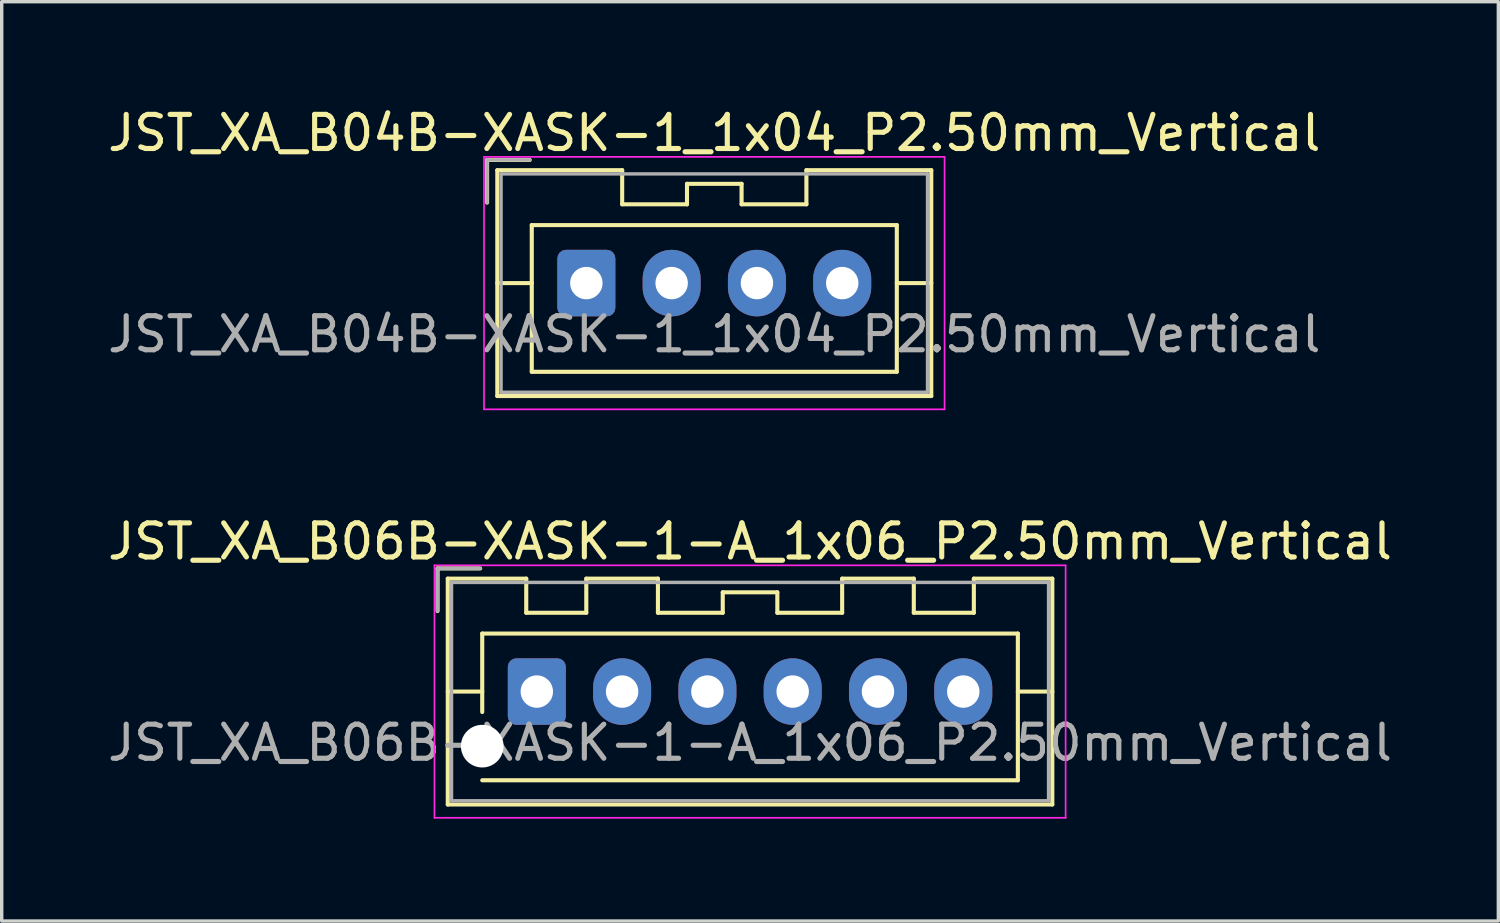
<source format=kicad_pcb>
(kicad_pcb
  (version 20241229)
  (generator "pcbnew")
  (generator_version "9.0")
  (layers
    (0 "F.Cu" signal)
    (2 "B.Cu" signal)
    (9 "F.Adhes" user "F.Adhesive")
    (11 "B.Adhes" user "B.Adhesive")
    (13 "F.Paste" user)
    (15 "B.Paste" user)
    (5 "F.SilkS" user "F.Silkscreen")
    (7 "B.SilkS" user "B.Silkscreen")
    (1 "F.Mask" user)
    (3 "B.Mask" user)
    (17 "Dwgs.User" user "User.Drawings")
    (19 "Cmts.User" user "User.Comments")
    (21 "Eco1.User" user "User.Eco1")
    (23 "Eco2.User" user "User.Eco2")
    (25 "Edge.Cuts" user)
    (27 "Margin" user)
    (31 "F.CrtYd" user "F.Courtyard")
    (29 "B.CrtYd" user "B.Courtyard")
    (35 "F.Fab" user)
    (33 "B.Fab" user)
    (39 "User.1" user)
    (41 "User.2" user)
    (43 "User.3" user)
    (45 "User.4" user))
  (footprint "JST_XA_B04B-XASK-1_1x04_P2.50mm_Vertical"
    (layer "F.Cu")
    (at 14.137 5.248)
    (property "Reference" "JST_XA_B04B-XASK-1_1x04_P2.50mm_Vertical" (at 3.75 -4.4 0) (layer "F.SilkS") (effects (font (size 1 1) (thickness 0.15))))
    (attr through_hole)
    (fp_line (start -2.91 -3.61) (end -2.91 -2.36) (stroke (width 0.12) (type solid)) (layer "F.SilkS"))
    (fp_line (start -2.61 -3.31) (end -2.61 3.31) (stroke (width 0.12) (type solid)) (layer "F.SilkS"))
    (fp_line (start -2.61 0) (end -1.6 0) (stroke (width 0.12) (type solid)) (layer "F.SilkS"))
    (fp_line (start -2.61 3.31) (end 10.11 3.31) (stroke (width 0.12) (type solid)) (layer "F.SilkS"))
    (fp_line (start -1.66 -3.61) (end -2.91 -3.61) (stroke (width 0.12) (type solid)) (layer "F.SilkS"))
    (fp_line (start -1.6 -1.7) (end -1.6 2.6) (stroke (width 0.12) (type solid)) (layer "F.SilkS"))
    (fp_line (start -1.6 2.6) (end 9.1 2.6) (stroke (width 0.12) (type solid)) (layer "F.SilkS"))
    (fp_line (start 1.05 -3.31) (end -2.61 -3.31) (stroke (width 0.12) (type solid)) (layer "F.SilkS"))
    (fp_line (start 1.05 -2.31) (end 1.05 -3.31) (stroke (width 0.12) (type solid)) (layer "F.SilkS"))
    (fp_line (start 2.95 -2.91) (end 2.95 -2.31) (stroke (width 0.12) (type solid)) (layer "F.SilkS"))
    (fp_line (start 2.95 -2.31) (end 1.05 -2.31) (stroke (width 0.12) (type solid)) (layer "F.SilkS"))
    (fp_line (start 4.55 -2.91) (end 2.95 -2.91) (stroke (width 0.12) (type solid)) (layer "F.SilkS"))
    (fp_line (start 4.55 -2.31) (end 4.55 -2.91) (stroke (width 0.12) (type solid)) (layer "F.SilkS"))
    (fp_line (start 6.45 -3.31) (end 6.45 -2.31) (stroke (width 0.12) (type solid)) (layer "F.SilkS"))
    (fp_line (start 6.45 -2.31) (end 4.55 -2.31) (stroke (width 0.12) (type solid)) (layer "F.SilkS"))
    (fp_line (start 9.1 -1.7) (end -1.6 -1.7) (stroke (width 0.12) (type solid)) (layer "F.SilkS"))
    (fp_line (start 9.1 2.6) (end 9.1 -1.7) (stroke (width 0.12) (type solid)) (layer "F.SilkS"))
    (fp_line (start 10.11 -3.31) (end 6.45 -3.31) (stroke (width 0.12) (type solid)) (layer "F.SilkS"))
    (fp_line (start 10.11 0) (end 9.1 0) (stroke (width 0.12) (type solid)) (layer "F.SilkS"))
    (fp_line (start 10.11 3.31) (end 10.11 -3.31) (stroke (width 0.12) (type solid)) (layer "F.SilkS"))
    (fp_line (start -3 -3.7) (end -3 3.7) (stroke (width 0.05) (type solid)) (layer "F.CrtYd"))
    (fp_line (start -3 3.7) (end 10.5 3.7) (stroke (width 0.05) (type solid)) (layer "F.CrtYd"))
    (fp_line (start 10.5 -3.7) (end -3 -3.7) (stroke (width 0.05) (type solid)) (layer "F.CrtYd"))
    (fp_line (start 10.5 3.7) (end 10.5 -3.7) (stroke (width 0.05) (type solid)) (layer "F.CrtYd"))
    (fp_line (start -2.91 -3.61) (end -2.91 -2.36) (stroke (width 0.1) (type solid)) (layer "F.Fab"))
    (fp_line (start -2.5 -3.2) (end -2.5 3.2) (stroke (width 0.1) (type solid)) (layer "F.Fab"))
    (fp_line (start -2.5 3.2) (end 10 3.2) (stroke (width 0.1) (type solid)) (layer "F.Fab"))
    (fp_line (start -1.66 -3.61) (end -2.91 -3.61) (stroke (width 0.1) (type solid)) (layer "F.Fab"))
    (fp_line (start 10 -3.2) (end -2.5 -3.2) (stroke (width 0.1) (type solid)) (layer "F.Fab"))
    (fp_line (start 10 3.2) (end 10 -3.2) (stroke (width 0.1) (type solid)) (layer "F.Fab"))
    (fp_text user "${REFERENCE}" (at 3.75 1.5 0) (layer "F.Fab") (effects (font (size 1 1) (thickness 0.15))))
    (pad "1" thru_hole roundrect (at 0 0) (size 1.7 1.95) (drill 0.95) (layers "*.Cu" "*.Mask") (roundrect_rratio 0.147))
    (pad "2" thru_hole oval (at 2.5 0) (size 1.7 1.95) (drill 0.95) (layers "*.Cu" "*.Mask"))
    (pad "3" thru_hole oval (at 5 0) (size 1.7 1.95) (drill 0.95) (layers "*.Cu" "*.Mask"))
    (pad "4" thru_hole oval (at 7.5 0) (size 1.7 1.95) (drill 0.95) (layers "*.Cu" "*.Mask")))
  (footprint "JST_XA_B06B-XASK-1-A_1x06_P2.50mm_Vertical"
    (layer "F.Cu")
    (at 12.685 17.221)
    (property "Reference" "JST_XA_B06B-XASK-1-A_1x06_P2.50mm_Vertical" (at 6.25 -4.4 0) (layer "F.SilkS") (effects (font (size 1 1) (thickness 0.15))))
    (attr through_hole)
    (fp_line (start -2.91 -3.61) (end -2.91 -2.36) (stroke (width 0.12) (type solid)) (layer "F.SilkS"))
    (fp_line (start -2.61 -3.31) (end -2.61 3.31) (stroke (width 0.12) (type solid)) (layer "F.SilkS"))
    (fp_line (start -2.61 0) (end -1.6 0) (stroke (width 0.12) (type solid)) (layer "F.SilkS"))
    (fp_line (start -2.61 3.31) (end 15.11 3.31) (stroke (width 0.12) (type solid)) (layer "F.SilkS"))
    (fp_line (start -1.66 -3.61) (end -2.91 -3.61) (stroke (width 0.12) (type solid)) (layer "F.SilkS"))
    (fp_line (start -1.6 -1.7) (end 14.1 -1.7) (stroke (width 0.12) (type solid)) (layer "F.SilkS"))
    (fp_line (start -1.6 0.6) (end -1.6 -1.7) (stroke (width 0.12) (type solid)) (layer "F.SilkS"))
    (fp_line (start -0.31 -3.31) (end -2.61 -3.31) (stroke (width 0.12) (type solid)) (layer "F.SilkS"))
    (fp_line (start -0.31 -2.31) (end -0.31 -3.31) (stroke (width 0.12) (type solid)) (layer "F.SilkS"))
    (fp_line (start 1.45 -3.31) (end 1.45 -2.31) (stroke (width 0.12) (type solid)) (layer "F.SilkS"))
    (fp_line (start 1.45 -2.31) (end -0.31 -2.31) (stroke (width 0.12) (type solid)) (layer "F.SilkS"))
    (fp_line (start 3.55 -3.31) (end 1.45 -3.31) (stroke (width 0.12) (type solid)) (layer "F.SilkS"))
    (fp_line (start 3.55 -2.31) (end 3.55 -3.31) (stroke (width 0.12) (type solid)) (layer "F.SilkS"))
    (fp_line (start 5.45 -2.91) (end 5.45 -2.31) (stroke (width 0.12) (type solid)) (layer "F.SilkS"))
    (fp_line (start 5.45 -2.31) (end 3.55 -2.31) (stroke (width 0.12) (type solid)) (layer "F.SilkS"))
    (fp_line (start 7.05 -2.91) (end 5.45 -2.91) (stroke (width 0.12) (type solid)) (layer "F.SilkS"))
    (fp_line (start 7.05 -2.31) (end 7.05 -2.91) (stroke (width 0.12) (type solid)) (layer "F.SilkS"))
    (fp_line (start 8.95 -3.31) (end 8.95 -2.31) (stroke (width 0.12) (type solid)) (layer "F.SilkS"))
    (fp_line (start 8.95 -2.31) (end 7.05 -2.31) (stroke (width 0.12) (type solid)) (layer "F.SilkS"))
    (fp_line (start 11.05 -3.31) (end 8.95 -3.31) (stroke (width 0.12) (type solid)) (layer "F.SilkS"))
    (fp_line (start 11.05 -2.31) (end 11.05 -3.31) (stroke (width 0.12) (type solid)) (layer "F.SilkS"))
    (fp_line (start 12.81 -3.31) (end 12.81 -2.31) (stroke (width 0.12) (type solid)) (layer "F.SilkS"))
    (fp_line (start 12.81 -2.31) (end 11.05 -2.31) (stroke (width 0.12) (type solid)) (layer "F.SilkS"))
    (fp_line (start 14.1 -1.7) (end 14.1 2.6) (stroke (width 0.12) (type solid)) (layer "F.SilkS"))
    (fp_line (start 14.1 2.6) (end -1.6 2.6) (stroke (width 0.12) (type solid)) (layer "F.SilkS"))
    (fp_line (start 15.11 -3.31) (end 12.81 -3.31) (stroke (width 0.12) (type solid)) (layer "F.SilkS"))
    (fp_line (start 15.11 0) (end 14.1 0) (stroke (width 0.12) (type solid)) (layer "F.SilkS"))
    (fp_line (start 15.11 3.31) (end 15.11 -3.31) (stroke (width 0.12) (type solid)) (layer "F.SilkS"))
    (fp_line (start -3 -3.7) (end -3 3.7) (stroke (width 0.05) (type solid)) (layer "F.CrtYd"))
    (fp_line (start -3 3.7) (end 15.5 3.7) (stroke (width 0.05) (type solid)) (layer "F.CrtYd"))
    (fp_line (start 15.5 -3.7) (end -3 -3.7) (stroke (width 0.05) (type solid)) (layer "F.CrtYd"))
    (fp_line (start 15.5 3.7) (end 15.5 -3.7) (stroke (width 0.05) (type solid)) (layer "F.CrtYd"))
    (fp_line (start -2.91 -3.61) (end -2.91 -2.36) (stroke (width 0.1) (type solid)) (layer "F.Fab"))
    (fp_line (start -2.5 -3.2) (end -2.5 3.2) (stroke (width 0.1) (type solid)) (layer "F.Fab"))
    (fp_line (start -2.5 3.2) (end 15 3.2) (stroke (width 0.1) (type solid)) (layer "F.Fab"))
    (fp_line (start -1.66 -3.61) (end -2.91 -3.61) (stroke (width 0.1) (type solid)) (layer "F.Fab"))
    (fp_line (start 15 -3.2) (end -2.5 -3.2) (stroke (width 0.1) (type solid)) (layer "F.Fab"))
    (fp_line (start 15 3.2) (end 15 -3.2) (stroke (width 0.1) (type solid)) (layer "F.Fab"))
    (fp_text user "${REFERENCE}" (at 6.25 1.5 0) (layer "F.Fab") (effects (font (size 1 1) (thickness 0.15))))
    (pad "" np_thru_hole circle (at -1.6 1.6) (size 1.25 1.25) (drill 1.25) (layers "*.Cu" "*.Mask"))
    (pad "1" thru_hole roundrect (at 0 0) (size 1.7 1.95) (drill 0.95) (layers "*.Cu" "*.Mask") (roundrect_rratio 0.147))
    (pad "2" thru_hole oval (at 2.5 0) (size 1.7 1.95) (drill 0.95) (layers "*.Cu" "*.Mask"))
    (pad "3" thru_hole oval (at 5 0) (size 1.7 1.95) (drill 0.95) (layers "*.Cu" "*.Mask"))
    (pad "4" thru_hole oval (at 7.5 0) (size 1.7 1.95) (drill 0.95) (layers "*.Cu" "*.Mask"))
    (pad "5" thru_hole oval (at 10 0) (size 1.7 1.95) (drill 0.95) (layers "*.Cu" "*.Mask"))
    (pad "6" thru_hole oval (at 12.5 0) (size 1.7 1.95) (drill 0.95) (layers "*.Cu" "*.Mask")))
  (gr_rect
    (start -3 -3)
    (end 40.869 23.947)
    (stroke (width 0.1) (type default))
    (fill no)
    (layer "Edge.Cuts")))
</source>
